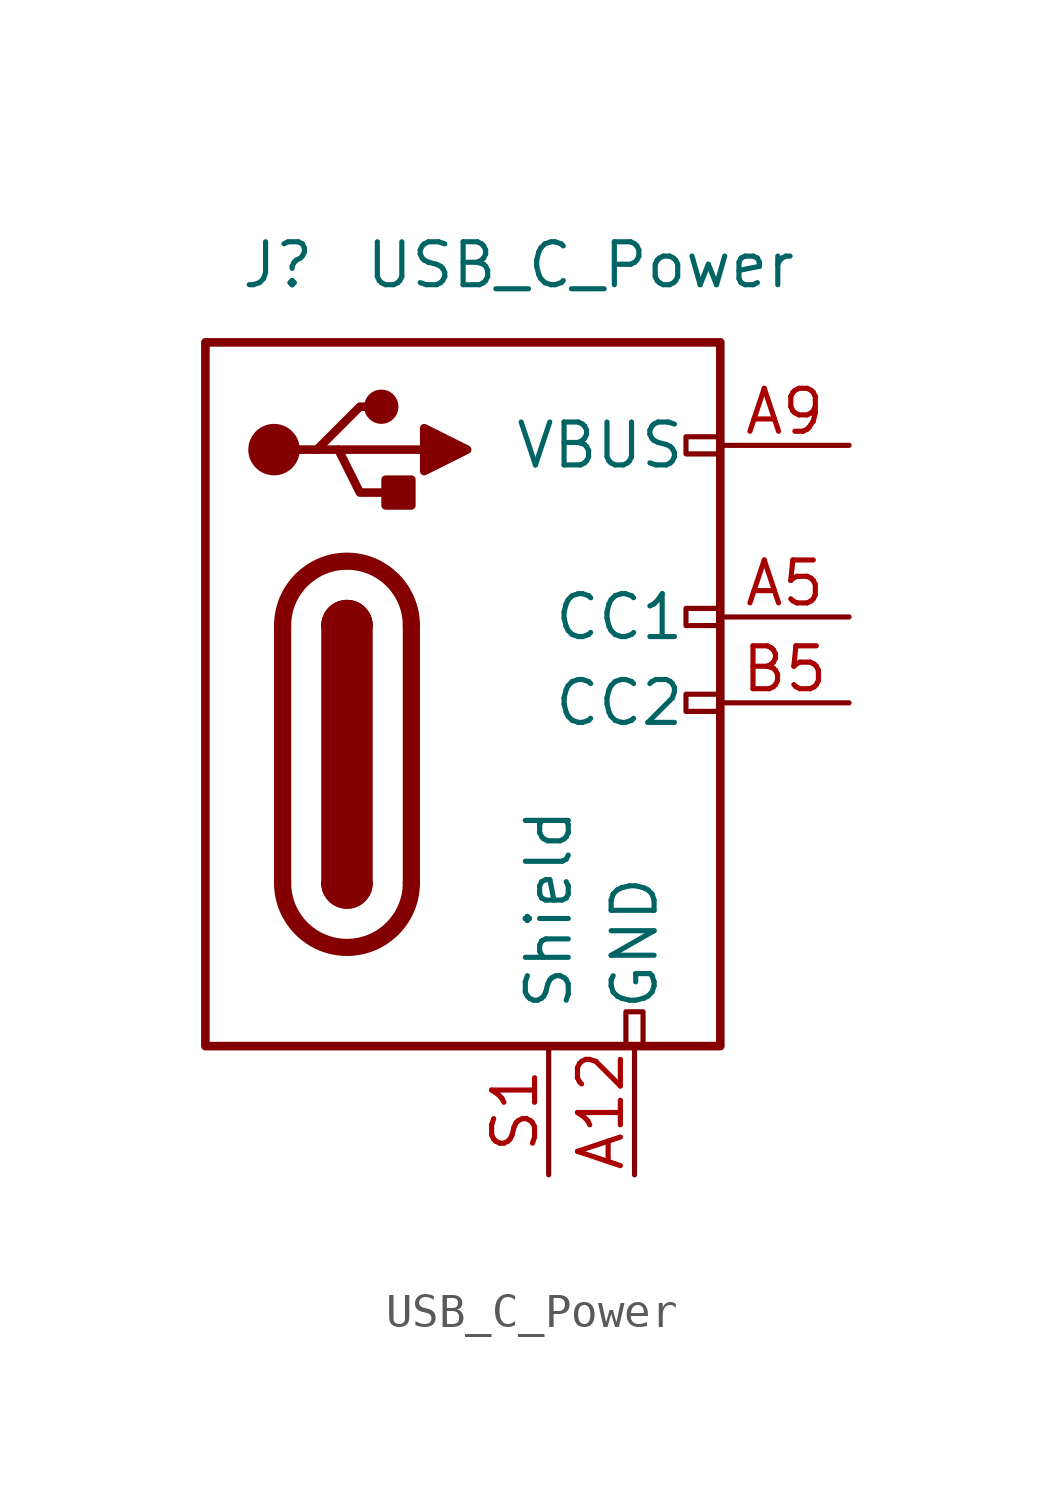
<source format=kicad_sym>
(kicad_symbol_lib
  (version 20241209)
  (generator "kicad_symbol_editor")
  (generator_version "9.0")
  (symbol "USB_C_Power"
    (pin_names
      (offset 1.016))
    (property "Reference" "J"
      (at -6.604 12.954 0)
      (effects (font (size 1.27 1.27)) (justify left)))
    (property "Value" "USB_C_Power"
      (at 9.906 12.954 0)
      (effects (font (size 1.27 1.27)) (justify right)))
    (symbol "USB_C_Power_0_0"
      (rectangle (start 4.826 -9.144) (end 5.334 -10.16) (stroke (width 0) (type solid)) (fill (type none)))
      (rectangle (start 6.604 7.874) (end 7.62 7.366) (stroke (width 0) (type solid)) (fill (type none)))
      (rectangle (start 6.604 2.794) (end 7.62 2.286) (stroke (width 0) (type solid)) (fill (type none)))
      (rectangle (start 6.604 0.254) (end 7.62 -0.254) (stroke (width 0) (type solid)) (fill (type none))))
    (symbol "USB_C_Power_0_1"
      (polyline (pts (xy -5.334 -5.334) (xy -5.334 2.286)) (stroke (width 0.508) (type solid)) (fill (type none)))
      (rectangle (start -4.064 2.286) (end -2.794 -5.334) (stroke (width 0.254) (type solid)) (fill (type outline)))
      (arc (start -4.064 2.286) (mid -3.429 2.9183) (end -2.794 2.286) (stroke (width 0.254) (type solid)) (fill (type none)))
      (arc (start -4.064 2.286) (mid -3.429 2.9183) (end -2.794 2.286) (stroke (width 0.254) (type solid)) (fill (type outline)))
      (arc (start -5.334 2.286) (mid -3.429 4.1827) (end -1.524 2.286) (stroke (width 0.508) (type solid)) (fill (type none)))
      (arc (start -1.524 -5.334) (mid -3.429 -7.2307) (end -5.334 -5.334) (stroke (width 0.508) (type solid)) (fill (type none)))
      (arc (start -2.794 -5.334) (mid -3.429 -5.9663) (end -4.064 -5.334) (stroke (width 0.254) (type solid)) (fill (type none)))
      (arc (start -2.794 -5.334) (mid -3.429 -5.9663) (end -4.064 -5.334) (stroke (width 0.254) (type solid)) (fill (type outline)))
      (polyline (pts (xy -1.524 2.286) (xy -1.524 -5.334)) (stroke (width 0.508) (type solid)) (fill (type none))))
    (symbol "USB_C_Power_1_1"
      (rectangle (start -7.62 10.668) (end 7.62 -10.16) (stroke (width 0.254) (type solid)) (fill (type none)))
      (circle (center -5.588 7.493) (radius 0.635) (stroke (width 0.254) (type solid)) (fill (type outline)))
      (polyline (pts (xy -4.953 7.493) (xy -4.318 7.493) (xy -3.048 8.763) (xy -2.413 8.763)) (stroke (width 0.254) (type solid)) (fill (type none)))
      (polyline (pts (xy -4.318 7.493) (xy -3.683 7.493) (xy -3.048 6.223) (xy -1.778 6.223)) (stroke (width 0.254) (type solid)) (fill (type none)))
      (polyline (pts (xy -3.683 7.493) (xy -1.143 7.493)) (stroke (width 0.254) (type solid)) (fill (type none)))
      (circle (center -2.413 8.763) (radius 0.381) (stroke (width 0.254) (type solid)) (fill (type outline)))
      (rectangle (start -1.524 6.604) (end -2.286 5.842) (stroke (width 0.254) (type solid)) (fill (type outline)))
      (polyline (pts (xy -1.143 8.128) (xy -1.143 6.858) (xy 0.127 7.493) (xy -1.143 8.128)) (stroke (width 0.254) (type solid)) (fill (type outline)))
      (pin passive line (at 2.54 -13.97 90) (length 3.81) (name "Shield" (effects (font (size 1.27 1.27)))) (number "S1" (effects (font (size 1.27 1.27)))))
      (pin passive line (at 5.08 -13.97 90) (length 3.81) (name "GND" (effects (font (size 1.27 1.27)))) (number "A12" (effects (font (size 1.27 1.27)))))
      (pin passive line (at 5.08 -13.97 90) (length 3.81) (hide yes) (name "GND" (effects (font (size 1.27 1.27)))) (number "B12" (effects (font (size 1.27 1.27)))))
      (pin passive line (at 11.43 7.62 180) (length 3.81) (name "VBUS" (effects (font (size 1.27 1.27)))) (number "A9" (effects (font (size 1.27 1.27)))))
      (pin passive line (at 11.43 7.62 180) (length 3.81) (hide yes) (name "VBUS" (effects (font (size 1.27 1.27)))) (number "B9" (effects (font (size 1.27 1.27)))))
      (pin bidirectional line (at 11.43 2.54 180) (length 3.81) (name "CC1" (effects (font (size 1.27 1.27)))) (number "A5" (effects (font (size 1.27 1.27)))))
      (pin bidirectional line (at 11.43 0 180) (length 3.81) (name "CC2" (effects (font (size 1.27 1.27)))) (number "B5" (effects (font (size 1.27 1.27))))))))
</source>
